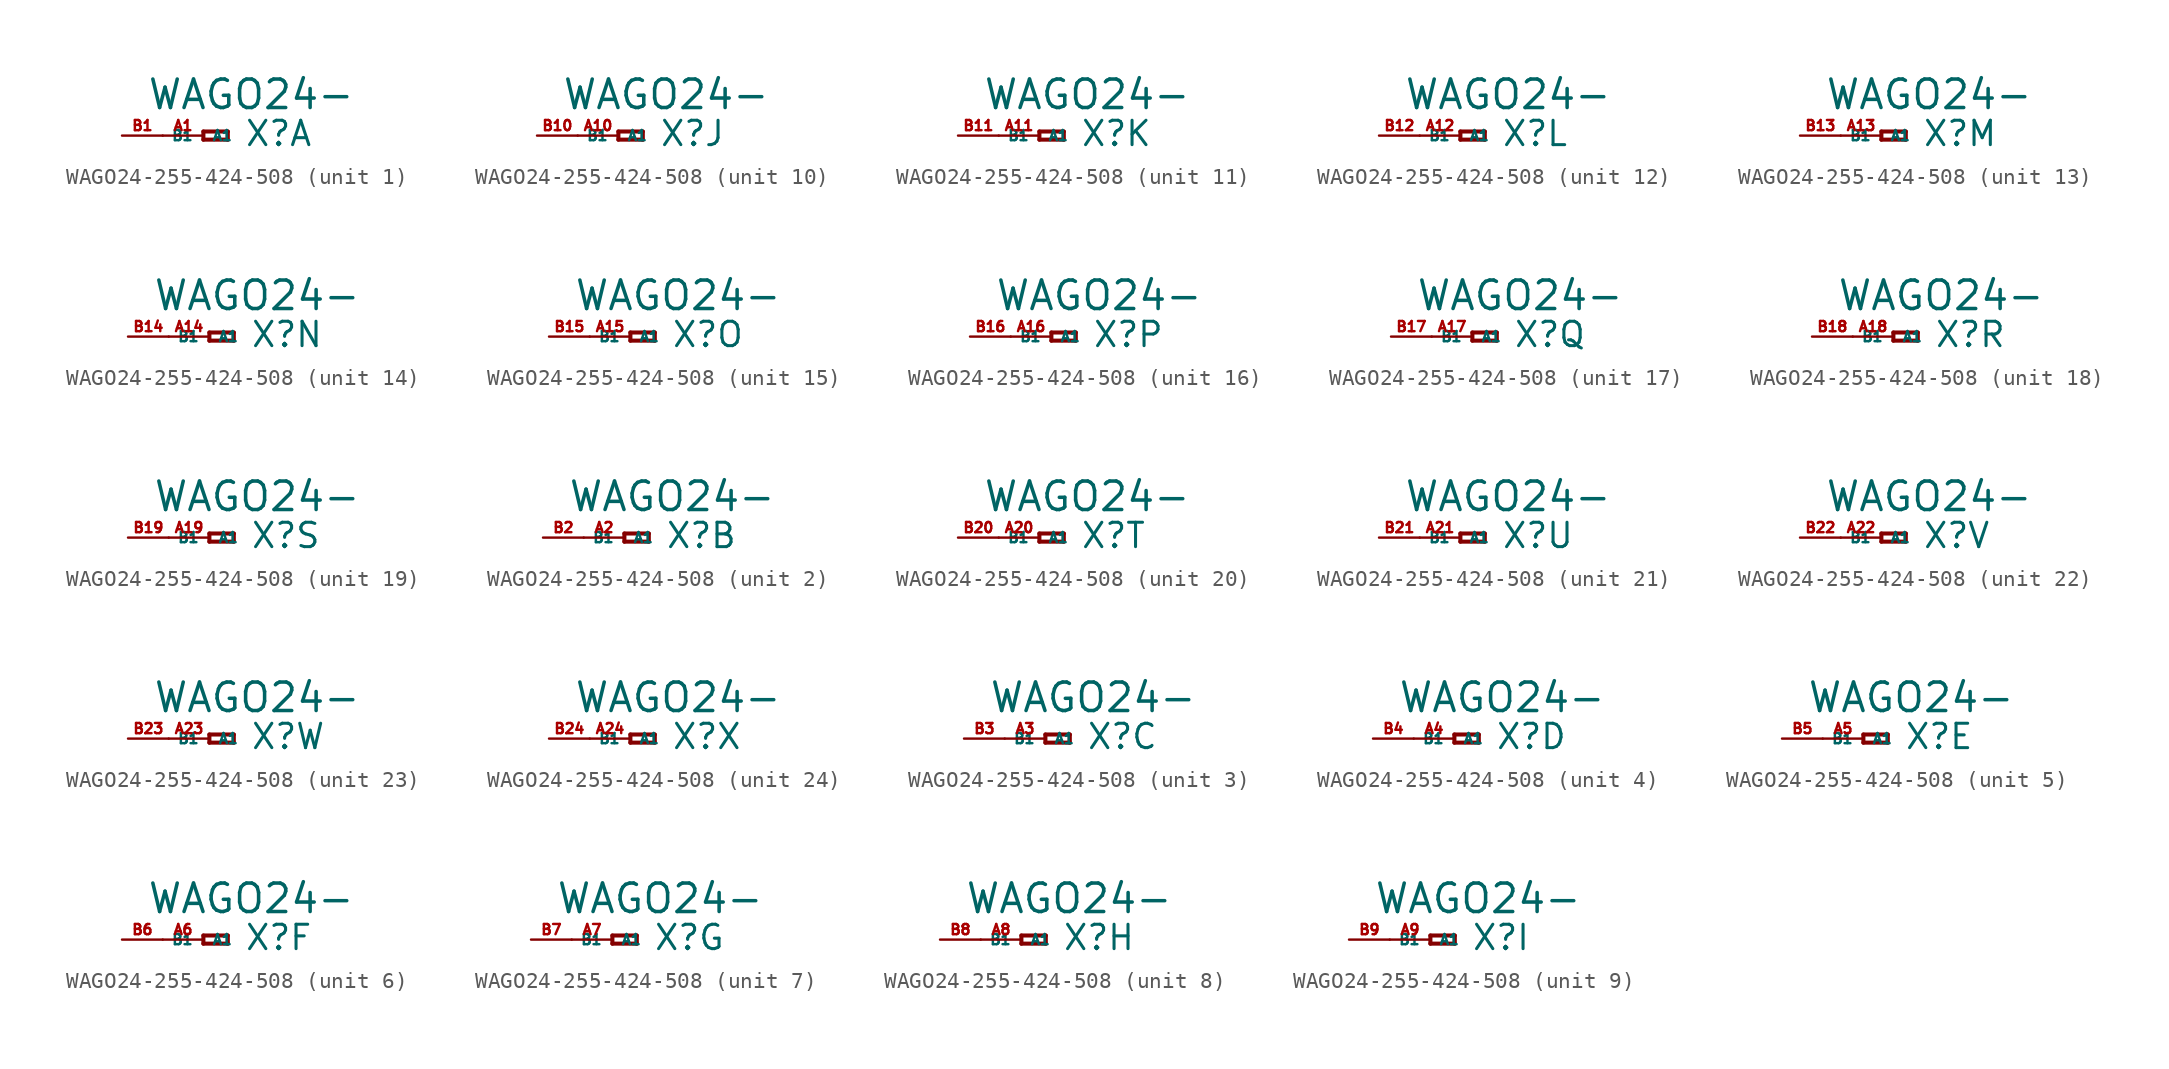
<source format=kicad_sym>
(kicad_symbol_lib
  (version 20220914)
  (generator Eagle2Kicad)
  (symbol "WAGO24-255-424-508"
    (property "Reference" "X"
      (at 2.54 -0.762 0)
      (effects (font (size 1.524 1.524) (thickness 0.19)) (justify left bottom)))
    (property "Value" "WAGO24-"
      (at -3.556 1.524 0)
      (effects (font (size 1.778 1.778) (thickness 0.22)) (justify left bottom)))
    (symbol "WAGO24-255-424-508_1_0"
      (polyline (pts (xy 0 0.254) (xy 0 -0.254)) (stroke (width 0.254) (type default)) (fill (type none)))
      (polyline (pts (xy 0 -0.254) (xy 1.524 -0.254)) (stroke (width 0.254) (type default)) (fill (type none)))
      (polyline (pts (xy 1.524 -0.254) (xy 1.524 0.254)) (stroke (width 0.254) (type default)) (fill (type none)))
      (polyline (pts (xy 1.524 0.254) (xy 0 0.254)) (stroke (width 0.254) (type default)) (fill (type none)))
      (pin passive line (at -2.54 0 0) (length 2.54) (name "A1" (effects (font (size 0.635 0.635) (thickness 0.08)) (justify left bottom))) (number "A1" (effects (font (size 0.635 0.635) (thickness 0.08)) (justify left bottom))))
      (pin passive line (at -5.08 0 0) (length 2.54) (name "B1" (effects (font (size 0.635 0.635) (thickness 0.08)) (justify left bottom))) (number "B1" (effects (font (size 0.635 0.635) (thickness 0.08)) (justify left bottom)))))
    (symbol "WAGO24-255-424-508_2_0"
      (polyline (pts (xy 0 0.254) (xy 0 -0.254)) (stroke (width 0.254) (type default)) (fill (type none)))
      (polyline (pts (xy 0 -0.254) (xy 1.524 -0.254)) (stroke (width 0.254) (type default)) (fill (type none)))
      (polyline (pts (xy 1.524 -0.254) (xy 1.524 0.254)) (stroke (width 0.254) (type default)) (fill (type none)))
      (polyline (pts (xy 1.524 0.254) (xy 0 0.254)) (stroke (width 0.254) (type default)) (fill (type none)))
      (pin passive line (at -2.54 0 0) (length 2.54) (name "A1" (effects (font (size 0.635 0.635) (thickness 0.08)) (justify left bottom))) (number "A2" (effects (font (size 0.635 0.635) (thickness 0.08)) (justify left bottom))))
      (pin passive line (at -5.08 0 0) (length 2.54) (name "B1" (effects (font (size 0.635 0.635) (thickness 0.08)) (justify left bottom))) (number "B2" (effects (font (size 0.635 0.635) (thickness 0.08)) (justify left bottom)))))
    (symbol "WAGO24-255-424-508_3_0"
      (polyline (pts (xy 0 0.254) (xy 0 -0.254)) (stroke (width 0.254) (type default)) (fill (type none)))
      (polyline (pts (xy 0 -0.254) (xy 1.524 -0.254)) (stroke (width 0.254) (type default)) (fill (type none)))
      (polyline (pts (xy 1.524 -0.254) (xy 1.524 0.254)) (stroke (width 0.254) (type default)) (fill (type none)))
      (polyline (pts (xy 1.524 0.254) (xy 0 0.254)) (stroke (width 0.254) (type default)) (fill (type none)))
      (pin passive line (at -2.54 0 0) (length 2.54) (name "A1" (effects (font (size 0.635 0.635) (thickness 0.08)) (justify left bottom))) (number "A3" (effects (font (size 0.635 0.635) (thickness 0.08)) (justify left bottom))))
      (pin passive line (at -5.08 0 0) (length 2.54) (name "B1" (effects (font (size 0.635 0.635) (thickness 0.08)) (justify left bottom))) (number "B3" (effects (font (size 0.635 0.635) (thickness 0.08)) (justify left bottom)))))
    (symbol "WAGO24-255-424-508_4_0"
      (polyline (pts (xy 0 0.254) (xy 0 -0.254)) (stroke (width 0.254) (type default)) (fill (type none)))
      (polyline (pts (xy 0 -0.254) (xy 1.524 -0.254)) (stroke (width 0.254) (type default)) (fill (type none)))
      (polyline (pts (xy 1.524 -0.254) (xy 1.524 0.254)) (stroke (width 0.254) (type default)) (fill (type none)))
      (polyline (pts (xy 1.524 0.254) (xy 0 0.254)) (stroke (width 0.254) (type default)) (fill (type none)))
      (pin passive line (at -2.54 0 0) (length 2.54) (name "A1" (effects (font (size 0.635 0.635) (thickness 0.08)) (justify left bottom))) (number "A4" (effects (font (size 0.635 0.635) (thickness 0.08)) (justify left bottom))))
      (pin passive line (at -5.08 0 0) (length 2.54) (name "B1" (effects (font (size 0.635 0.635) (thickness 0.08)) (justify left bottom))) (number "B4" (effects (font (size 0.635 0.635) (thickness 0.08)) (justify left bottom)))))
    (symbol "WAGO24-255-424-508_5_0"
      (polyline (pts (xy 0 0.254) (xy 0 -0.254)) (stroke (width 0.254) (type default)) (fill (type none)))
      (polyline (pts (xy 0 -0.254) (xy 1.524 -0.254)) (stroke (width 0.254) (type default)) (fill (type none)))
      (polyline (pts (xy 1.524 -0.254) (xy 1.524 0.254)) (stroke (width 0.254) (type default)) (fill (type none)))
      (polyline (pts (xy 1.524 0.254) (xy 0 0.254)) (stroke (width 0.254) (type default)) (fill (type none)))
      (pin passive line (at -2.54 0 0) (length 2.54) (name "A1" (effects (font (size 0.635 0.635) (thickness 0.08)) (justify left bottom))) (number "A5" (effects (font (size 0.635 0.635) (thickness 0.08)) (justify left bottom))))
      (pin passive line (at -5.08 0 0) (length 2.54) (name "B1" (effects (font (size 0.635 0.635) (thickness 0.08)) (justify left bottom))) (number "B5" (effects (font (size 0.635 0.635) (thickness 0.08)) (justify left bottom)))))
    (symbol "WAGO24-255-424-508_6_0"
      (polyline (pts (xy 0 0.254) (xy 0 -0.254)) (stroke (width 0.254) (type default)) (fill (type none)))
      (polyline (pts (xy 0 -0.254) (xy 1.524 -0.254)) (stroke (width 0.254) (type default)) (fill (type none)))
      (polyline (pts (xy 1.524 -0.254) (xy 1.524 0.254)) (stroke (width 0.254) (type default)) (fill (type none)))
      (polyline (pts (xy 1.524 0.254) (xy 0 0.254)) (stroke (width 0.254) (type default)) (fill (type none)))
      (pin passive line (at -2.54 0 0) (length 2.54) (name "A1" (effects (font (size 0.635 0.635) (thickness 0.08)) (justify left bottom))) (number "A6" (effects (font (size 0.635 0.635) (thickness 0.08)) (justify left bottom))))
      (pin passive line (at -5.08 0 0) (length 2.54) (name "B1" (effects (font (size 0.635 0.635) (thickness 0.08)) (justify left bottom))) (number "B6" (effects (font (size 0.635 0.635) (thickness 0.08)) (justify left bottom)))))
    (symbol "WAGO24-255-424-508_7_0"
      (polyline (pts (xy 0 0.254) (xy 0 -0.254)) (stroke (width 0.254) (type default)) (fill (type none)))
      (polyline (pts (xy 0 -0.254) (xy 1.524 -0.254)) (stroke (width 0.254) (type default)) (fill (type none)))
      (polyline (pts (xy 1.524 -0.254) (xy 1.524 0.254)) (stroke (width 0.254) (type default)) (fill (type none)))
      (polyline (pts (xy 1.524 0.254) (xy 0 0.254)) (stroke (width 0.254) (type default)) (fill (type none)))
      (pin passive line (at -2.54 0 0) (length 2.54) (name "A1" (effects (font (size 0.635 0.635) (thickness 0.08)) (justify left bottom))) (number "A7" (effects (font (size 0.635 0.635) (thickness 0.08)) (justify left bottom))))
      (pin passive line (at -5.08 0 0) (length 2.54) (name "B1" (effects (font (size 0.635 0.635) (thickness 0.08)) (justify left bottom))) (number "B7" (effects (font (size 0.635 0.635) (thickness 0.08)) (justify left bottom)))))
    (symbol "WAGO24-255-424-508_8_0"
      (polyline (pts (xy 0 0.254) (xy 0 -0.254)) (stroke (width 0.254) (type default)) (fill (type none)))
      (polyline (pts (xy 0 -0.254) (xy 1.524 -0.254)) (stroke (width 0.254) (type default)) (fill (type none)))
      (polyline (pts (xy 1.524 -0.254) (xy 1.524 0.254)) (stroke (width 0.254) (type default)) (fill (type none)))
      (polyline (pts (xy 1.524 0.254) (xy 0 0.254)) (stroke (width 0.254) (type default)) (fill (type none)))
      (pin passive line (at -2.54 0 0) (length 2.54) (name "A1" (effects (font (size 0.635 0.635) (thickness 0.08)) (justify left bottom))) (number "A8" (effects (font (size 0.635 0.635) (thickness 0.08)) (justify left bottom))))
      (pin passive line (at -5.08 0 0) (length 2.54) (name "B1" (effects (font (size 0.635 0.635) (thickness 0.08)) (justify left bottom))) (number "B8" (effects (font (size 0.635 0.635) (thickness 0.08)) (justify left bottom)))))
    (symbol "WAGO24-255-424-508_9_0"
      (polyline (pts (xy 0 0.254) (xy 0 -0.254)) (stroke (width 0.254) (type default)) (fill (type none)))
      (polyline (pts (xy 0 -0.254) (xy 1.524 -0.254)) (stroke (width 0.254) (type default)) (fill (type none)))
      (polyline (pts (xy 1.524 -0.254) (xy 1.524 0.254)) (stroke (width 0.254) (type default)) (fill (type none)))
      (polyline (pts (xy 1.524 0.254) (xy 0 0.254)) (stroke (width 0.254) (type default)) (fill (type none)))
      (pin passive line (at -2.54 0 0) (length 2.54) (name "A1" (effects (font (size 0.635 0.635) (thickness 0.08)) (justify left bottom))) (number "A9" (effects (font (size 0.635 0.635) (thickness 0.08)) (justify left bottom))))
      (pin passive line (at -5.08 0 0) (length 2.54) (name "B1" (effects (font (size 0.635 0.635) (thickness 0.08)) (justify left bottom))) (number "B9" (effects (font (size 0.635 0.635) (thickness 0.08)) (justify left bottom)))))
    (symbol "WAGO24-255-424-508_10_0"
      (polyline (pts (xy 0 0.254) (xy 0 -0.254)) (stroke (width 0.254) (type default)) (fill (type none)))
      (polyline (pts (xy 0 -0.254) (xy 1.524 -0.254)) (stroke (width 0.254) (type default)) (fill (type none)))
      (polyline (pts (xy 1.524 -0.254) (xy 1.524 0.254)) (stroke (width 0.254) (type default)) (fill (type none)))
      (polyline (pts (xy 1.524 0.254) (xy 0 0.254)) (stroke (width 0.254) (type default)) (fill (type none)))
      (pin passive line (at -2.54 0 0) (length 2.54) (name "A1" (effects (font (size 0.635 0.635) (thickness 0.08)) (justify left bottom))) (number "A10" (effects (font (size 0.635 0.635) (thickness 0.08)) (justify left bottom))))
      (pin passive line (at -5.08 0 0) (length 2.54) (name "B1" (effects (font (size 0.635 0.635) (thickness 0.08)) (justify left bottom))) (number "B10" (effects (font (size 0.635 0.635) (thickness 0.08)) (justify left bottom)))))
    (symbol "WAGO24-255-424-508_11_0"
      (polyline (pts (xy 0 0.254) (xy 0 -0.254)) (stroke (width 0.254) (type default)) (fill (type none)))
      (polyline (pts (xy 0 -0.254) (xy 1.524 -0.254)) (stroke (width 0.254) (type default)) (fill (type none)))
      (polyline (pts (xy 1.524 -0.254) (xy 1.524 0.254)) (stroke (width 0.254) (type default)) (fill (type none)))
      (polyline (pts (xy 1.524 0.254) (xy 0 0.254)) (stroke (width 0.254) (type default)) (fill (type none)))
      (pin passive line (at -2.54 0 0) (length 2.54) (name "A1" (effects (font (size 0.635 0.635) (thickness 0.08)) (justify left bottom))) (number "A11" (effects (font (size 0.635 0.635) (thickness 0.08)) (justify left bottom))))
      (pin passive line (at -5.08 0 0) (length 2.54) (name "B1" (effects (font (size 0.635 0.635) (thickness 0.08)) (justify left bottom))) (number "B11" (effects (font (size 0.635 0.635) (thickness 0.08)) (justify left bottom)))))
    (symbol "WAGO24-255-424-508_12_0"
      (polyline (pts (xy 0 0.254) (xy 0 -0.254)) (stroke (width 0.254) (type default)) (fill (type none)))
      (polyline (pts (xy 0 -0.254) (xy 1.524 -0.254)) (stroke (width 0.254) (type default)) (fill (type none)))
      (polyline (pts (xy 1.524 -0.254) (xy 1.524 0.254)) (stroke (width 0.254) (type default)) (fill (type none)))
      (polyline (pts (xy 1.524 0.254) (xy 0 0.254)) (stroke (width 0.254) (type default)) (fill (type none)))
      (pin passive line (at -2.54 0 0) (length 2.54) (name "A1" (effects (font (size 0.635 0.635) (thickness 0.08)) (justify left bottom))) (number "A12" (effects (font (size 0.635 0.635) (thickness 0.08)) (justify left bottom))))
      (pin passive line (at -5.08 0 0) (length 2.54) (name "B1" (effects (font (size 0.635 0.635) (thickness 0.08)) (justify left bottom))) (number "B12" (effects (font (size 0.635 0.635) (thickness 0.08)) (justify left bottom)))))
    (symbol "WAGO24-255-424-508_13_0"
      (polyline (pts (xy 0 0.254) (xy 0 -0.254)) (stroke (width 0.254) (type default)) (fill (type none)))
      (polyline (pts (xy 0 -0.254) (xy 1.524 -0.254)) (stroke (width 0.254) (type default)) (fill (type none)))
      (polyline (pts (xy 1.524 -0.254) (xy 1.524 0.254)) (stroke (width 0.254) (type default)) (fill (type none)))
      (polyline (pts (xy 1.524 0.254) (xy 0 0.254)) (stroke (width 0.254) (type default)) (fill (type none)))
      (pin passive line (at -2.54 0 0) (length 2.54) (name "A1" (effects (font (size 0.635 0.635) (thickness 0.08)) (justify left bottom))) (number "A13" (effects (font (size 0.635 0.635) (thickness 0.08)) (justify left bottom))))
      (pin passive line (at -5.08 0 0) (length 2.54) (name "B1" (effects (font (size 0.635 0.635) (thickness 0.08)) (justify left bottom))) (number "B13" (effects (font (size 0.635 0.635) (thickness 0.08)) (justify left bottom)))))
    (symbol "WAGO24-255-424-508_14_0"
      (polyline (pts (xy 0 0.254) (xy 0 -0.254)) (stroke (width 0.254) (type default)) (fill (type none)))
      (polyline (pts (xy 0 -0.254) (xy 1.524 -0.254)) (stroke (width 0.254) (type default)) (fill (type none)))
      (polyline (pts (xy 1.524 -0.254) (xy 1.524 0.254)) (stroke (width 0.254) (type default)) (fill (type none)))
      (polyline (pts (xy 1.524 0.254) (xy 0 0.254)) (stroke (width 0.254) (type default)) (fill (type none)))
      (pin passive line (at -2.54 0 0) (length 2.54) (name "A1" (effects (font (size 0.635 0.635) (thickness 0.08)) (justify left bottom))) (number "A14" (effects (font (size 0.635 0.635) (thickness 0.08)) (justify left bottom))))
      (pin passive line (at -5.08 0 0) (length 2.54) (name "B1" (effects (font (size 0.635 0.635) (thickness 0.08)) (justify left bottom))) (number "B14" (effects (font (size 0.635 0.635) (thickness 0.08)) (justify left bottom)))))
    (symbol "WAGO24-255-424-508_15_0"
      (polyline (pts (xy 0 0.254) (xy 0 -0.254)) (stroke (width 0.254) (type default)) (fill (type none)))
      (polyline (pts (xy 0 -0.254) (xy 1.524 -0.254)) (stroke (width 0.254) (type default)) (fill (type none)))
      (polyline (pts (xy 1.524 -0.254) (xy 1.524 0.254)) (stroke (width 0.254) (type default)) (fill (type none)))
      (polyline (pts (xy 1.524 0.254) (xy 0 0.254)) (stroke (width 0.254) (type default)) (fill (type none)))
      (pin passive line (at -2.54 0 0) (length 2.54) (name "A1" (effects (font (size 0.635 0.635) (thickness 0.08)) (justify left bottom))) (number "A15" (effects (font (size 0.635 0.635) (thickness 0.08)) (justify left bottom))))
      (pin passive line (at -5.08 0 0) (length 2.54) (name "B1" (effects (font (size 0.635 0.635) (thickness 0.08)) (justify left bottom))) (number "B15" (effects (font (size 0.635 0.635) (thickness 0.08)) (justify left bottom)))))
    (symbol "WAGO24-255-424-508_16_0"
      (polyline (pts (xy 0 0.254) (xy 0 -0.254)) (stroke (width 0.254) (type default)) (fill (type none)))
      (polyline (pts (xy 0 -0.254) (xy 1.524 -0.254)) (stroke (width 0.254) (type default)) (fill (type none)))
      (polyline (pts (xy 1.524 -0.254) (xy 1.524 0.254)) (stroke (width 0.254) (type default)) (fill (type none)))
      (polyline (pts (xy 1.524 0.254) (xy 0 0.254)) (stroke (width 0.254) (type default)) (fill (type none)))
      (pin passive line (at -2.54 0 0) (length 2.54) (name "A1" (effects (font (size 0.635 0.635) (thickness 0.08)) (justify left bottom))) (number "A16" (effects (font (size 0.635 0.635) (thickness 0.08)) (justify left bottom))))
      (pin passive line (at -5.08 0 0) (length 2.54) (name "B1" (effects (font (size 0.635 0.635) (thickness 0.08)) (justify left bottom))) (number "B16" (effects (font (size 0.635 0.635) (thickness 0.08)) (justify left bottom)))))
    (symbol "WAGO24-255-424-508_17_0"
      (polyline (pts (xy 0 0.254) (xy 0 -0.254)) (stroke (width 0.254) (type default)) (fill (type none)))
      (polyline (pts (xy 0 -0.254) (xy 1.524 -0.254)) (stroke (width 0.254) (type default)) (fill (type none)))
      (polyline (pts (xy 1.524 -0.254) (xy 1.524 0.254)) (stroke (width 0.254) (type default)) (fill (type none)))
      (polyline (pts (xy 1.524 0.254) (xy 0 0.254)) (stroke (width 0.254) (type default)) (fill (type none)))
      (pin passive line (at -2.54 0 0) (length 2.54) (name "A1" (effects (font (size 0.635 0.635) (thickness 0.08)) (justify left bottom))) (number "A17" (effects (font (size 0.635 0.635) (thickness 0.08)) (justify left bottom))))
      (pin passive line (at -5.08 0 0) (length 2.54) (name "B1" (effects (font (size 0.635 0.635) (thickness 0.08)) (justify left bottom))) (number "B17" (effects (font (size 0.635 0.635) (thickness 0.08)) (justify left bottom)))))
    (symbol "WAGO24-255-424-508_18_0"
      (polyline (pts (xy 0 0.254) (xy 0 -0.254)) (stroke (width 0.254) (type default)) (fill (type none)))
      (polyline (pts (xy 0 -0.254) (xy 1.524 -0.254)) (stroke (width 0.254) (type default)) (fill (type none)))
      (polyline (pts (xy 1.524 -0.254) (xy 1.524 0.254)) (stroke (width 0.254) (type default)) (fill (type none)))
      (polyline (pts (xy 1.524 0.254) (xy 0 0.254)) (stroke (width 0.254) (type default)) (fill (type none)))
      (pin passive line (at -2.54 0 0) (length 2.54) (name "A1" (effects (font (size 0.635 0.635) (thickness 0.08)) (justify left bottom))) (number "A18" (effects (font (size 0.635 0.635) (thickness 0.08)) (justify left bottom))))
      (pin passive line (at -5.08 0 0) (length 2.54) (name "B1" (effects (font (size 0.635 0.635) (thickness 0.08)) (justify left bottom))) (number "B18" (effects (font (size 0.635 0.635) (thickness 0.08)) (justify left bottom)))))
    (symbol "WAGO24-255-424-508_19_0"
      (polyline (pts (xy 0 0.254) (xy 0 -0.254)) (stroke (width 0.254) (type default)) (fill (type none)))
      (polyline (pts (xy 0 -0.254) (xy 1.524 -0.254)) (stroke (width 0.254) (type default)) (fill (type none)))
      (polyline (pts (xy 1.524 -0.254) (xy 1.524 0.254)) (stroke (width 0.254) (type default)) (fill (type none)))
      (polyline (pts (xy 1.524 0.254) (xy 0 0.254)) (stroke (width 0.254) (type default)) (fill (type none)))
      (pin passive line (at -2.54 0 0) (length 2.54) (name "A1" (effects (font (size 0.635 0.635) (thickness 0.08)) (justify left bottom))) (number "A19" (effects (font (size 0.635 0.635) (thickness 0.08)) (justify left bottom))))
      (pin passive line (at -5.08 0 0) (length 2.54) (name "B1" (effects (font (size 0.635 0.635) (thickness 0.08)) (justify left bottom))) (number "B19" (effects (font (size 0.635 0.635) (thickness 0.08)) (justify left bottom)))))
    (symbol "WAGO24-255-424-508_20_0"
      (polyline (pts (xy 0 0.254) (xy 0 -0.254)) (stroke (width 0.254) (type default)) (fill (type none)))
      (polyline (pts (xy 0 -0.254) (xy 1.524 -0.254)) (stroke (width 0.254) (type default)) (fill (type none)))
      (polyline (pts (xy 1.524 -0.254) (xy 1.524 0.254)) (stroke (width 0.254) (type default)) (fill (type none)))
      (polyline (pts (xy 1.524 0.254) (xy 0 0.254)) (stroke (width 0.254) (type default)) (fill (type none)))
      (pin passive line (at -2.54 0 0) (length 2.54) (name "A1" (effects (font (size 0.635 0.635) (thickness 0.08)) (justify left bottom))) (number "A20" (effects (font (size 0.635 0.635) (thickness 0.08)) (justify left bottom))))
      (pin passive line (at -5.08 0 0) (length 2.54) (name "B1" (effects (font (size 0.635 0.635) (thickness 0.08)) (justify left bottom))) (number "B20" (effects (font (size 0.635 0.635) (thickness 0.08)) (justify left bottom)))))
    (symbol "WAGO24-255-424-508_21_0"
      (polyline (pts (xy 0 0.254) (xy 0 -0.254)) (stroke (width 0.254) (type default)) (fill (type none)))
      (polyline (pts (xy 0 -0.254) (xy 1.524 -0.254)) (stroke (width 0.254) (type default)) (fill (type none)))
      (polyline (pts (xy 1.524 -0.254) (xy 1.524 0.254)) (stroke (width 0.254) (type default)) (fill (type none)))
      (polyline (pts (xy 1.524 0.254) (xy 0 0.254)) (stroke (width 0.254) (type default)) (fill (type none)))
      (pin passive line (at -2.54 0 0) (length 2.54) (name "A1" (effects (font (size 0.635 0.635) (thickness 0.08)) (justify left bottom))) (number "A21" (effects (font (size 0.635 0.635) (thickness 0.08)) (justify left bottom))))
      (pin passive line (at -5.08 0 0) (length 2.54) (name "B1" (effects (font (size 0.635 0.635) (thickness 0.08)) (justify left bottom))) (number "B21" (effects (font (size 0.635 0.635) (thickness 0.08)) (justify left bottom)))))
    (symbol "WAGO24-255-424-508_22_0"
      (polyline (pts (xy 0 0.254) (xy 0 -0.254)) (stroke (width 0.254) (type default)) (fill (type none)))
      (polyline (pts (xy 0 -0.254) (xy 1.524 -0.254)) (stroke (width 0.254) (type default)) (fill (type none)))
      (polyline (pts (xy 1.524 -0.254) (xy 1.524 0.254)) (stroke (width 0.254) (type default)) (fill (type none)))
      (polyline (pts (xy 1.524 0.254) (xy 0 0.254)) (stroke (width 0.254) (type default)) (fill (type none)))
      (pin passive line (at -2.54 0 0) (length 2.54) (name "A1" (effects (font (size 0.635 0.635) (thickness 0.08)) (justify left bottom))) (number "A22" (effects (font (size 0.635 0.635) (thickness 0.08)) (justify left bottom))))
      (pin passive line (at -5.08 0 0) (length 2.54) (name "B1" (effects (font (size 0.635 0.635) (thickness 0.08)) (justify left bottom))) (number "B22" (effects (font (size 0.635 0.635) (thickness 0.08)) (justify left bottom)))))
    (symbol "WAGO24-255-424-508_23_0"
      (polyline (pts (xy 0 0.254) (xy 0 -0.254)) (stroke (width 0.254) (type default)) (fill (type none)))
      (polyline (pts (xy 0 -0.254) (xy 1.524 -0.254)) (stroke (width 0.254) (type default)) (fill (type none)))
      (polyline (pts (xy 1.524 -0.254) (xy 1.524 0.254)) (stroke (width 0.254) (type default)) (fill (type none)))
      (polyline (pts (xy 1.524 0.254) (xy 0 0.254)) (stroke (width 0.254) (type default)) (fill (type none)))
      (pin passive line (at -2.54 0 0) (length 2.54) (name "A1" (effects (font (size 0.635 0.635) (thickness 0.08)) (justify left bottom))) (number "A23" (effects (font (size 0.635 0.635) (thickness 0.08)) (justify left bottom))))
      (pin passive line (at -5.08 0 0) (length 2.54) (name "B1" (effects (font (size 0.635 0.635) (thickness 0.08)) (justify left bottom))) (number "B23" (effects (font (size 0.635 0.635) (thickness 0.08)) (justify left bottom)))))
    (symbol "WAGO24-255-424-508_24_0"
      (polyline (pts (xy 0 0.254) (xy 0 -0.254)) (stroke (width 0.254) (type default)) (fill (type none)))
      (polyline (pts (xy 0 -0.254) (xy 1.524 -0.254)) (stroke (width 0.254) (type default)) (fill (type none)))
      (polyline (pts (xy 1.524 -0.254) (xy 1.524 0.254)) (stroke (width 0.254) (type default)) (fill (type none)))
      (polyline (pts (xy 1.524 0.254) (xy 0 0.254)) (stroke (width 0.254) (type default)) (fill (type none)))
      (pin passive line (at -2.54 0 0) (length 2.54) (name "A1" (effects (font (size 0.635 0.635) (thickness 0.08)) (justify left bottom))) (number "A24" (effects (font (size 0.635 0.635) (thickness 0.08)) (justify left bottom))))
      (pin passive line (at -5.08 0 0) (length 2.54) (name "B1" (effects (font (size 0.635 0.635) (thickness 0.08)) (justify left bottom))) (number "B24" (effects (font (size 0.635 0.635) (thickness 0.08)) (justify left bottom)))))))
</source>
